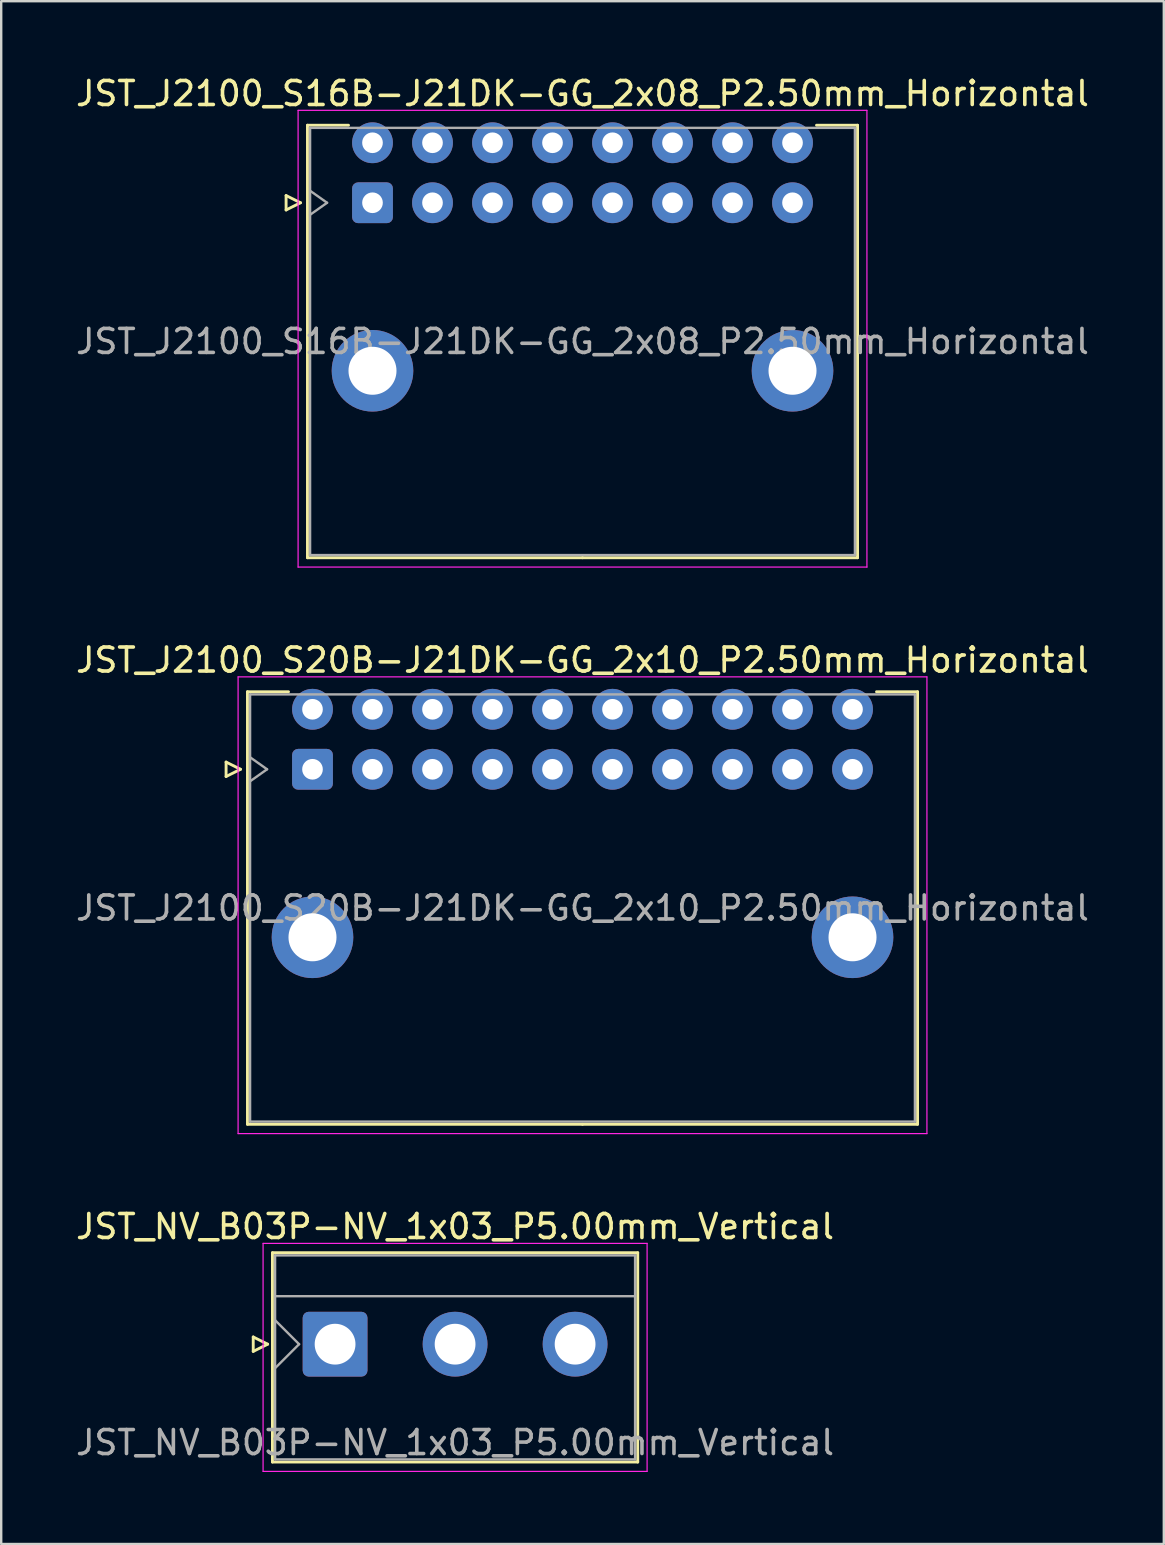
<source format=kicad_pcb>
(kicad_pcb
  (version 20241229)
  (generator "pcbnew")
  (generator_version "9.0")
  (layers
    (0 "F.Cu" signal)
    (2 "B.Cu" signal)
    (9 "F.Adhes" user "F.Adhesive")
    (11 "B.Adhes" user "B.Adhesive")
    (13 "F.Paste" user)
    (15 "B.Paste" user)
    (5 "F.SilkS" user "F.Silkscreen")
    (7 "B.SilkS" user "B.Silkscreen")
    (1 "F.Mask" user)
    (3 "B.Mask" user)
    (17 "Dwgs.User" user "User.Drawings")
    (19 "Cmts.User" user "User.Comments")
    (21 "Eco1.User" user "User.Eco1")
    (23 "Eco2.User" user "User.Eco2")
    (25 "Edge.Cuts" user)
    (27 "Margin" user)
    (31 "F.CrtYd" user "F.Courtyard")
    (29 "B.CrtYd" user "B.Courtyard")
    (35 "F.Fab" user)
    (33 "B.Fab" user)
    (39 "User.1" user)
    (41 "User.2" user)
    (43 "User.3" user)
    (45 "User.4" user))
  (footprint "JST_J2100_S20B-J21DK-GG_2x10_P2.50mm_Horizontal"
    (layer "F.Cu")
    (at 9.97 29.002)
    (property "Reference" "JST_J2100_S20B-J21DK-GG_2x10_P2.50mm_Horizontal" (at 11.25 -4.55 0) (layer "F.SilkS") (effects (font (size 1 1) (thickness 0.15))))
    (attr through_hole)
    (fp_line (start -3.6 -0.3) (end -3 0) (stroke (width 0.12) (type solid)) (layer "F.SilkS"))
    (fp_line (start -3.6 0.3) (end -3.6 -0.3) (stroke (width 0.12) (type solid)) (layer "F.SilkS"))
    (fp_line (start -3 0) (end -3.6 0.3) (stroke (width 0.12) (type solid)) (layer "F.SilkS"))
    (fp_line (start -2.71 -3.23) (end -2.71 14.79) (stroke (width 0.12) (type solid)) (layer "F.SilkS"))
    (fp_line (start -2.71 14.79) (end 11.25 14.79) (stroke (width 0.12) (type solid)) (layer "F.SilkS"))
    (fp_line (start -1 -3.23) (end -2.71 -3.23) (stroke (width 0.12) (type solid)) (layer "F.SilkS"))
    (fp_line (start 23.5 -3.23) (end 25.21 -3.23) (stroke (width 0.12) (type solid)) (layer "F.SilkS"))
    (fp_line (start 25.21 -3.23) (end 25.21 14.79) (stroke (width 0.12) (type solid)) (layer "F.SilkS"))
    (fp_line (start 25.21 14.79) (end 11.25 14.79) (stroke (width 0.12) (type solid)) (layer "F.SilkS"))
    (fp_line (start -3.1 -3.85) (end -3.1 15.18) (stroke (width 0.05) (type solid)) (layer "F.CrtYd"))
    (fp_line (start -3.1 15.18) (end 25.6 15.18) (stroke (width 0.05) (type solid)) (layer "F.CrtYd"))
    (fp_line (start 25.6 -3.85) (end -3.1 -3.85) (stroke (width 0.05) (type solid)) (layer "F.CrtYd"))
    (fp_line (start 25.6 15.18) (end 25.6 -3.85) (stroke (width 0.05) (type solid)) (layer "F.CrtYd"))
    (fp_line (start -2.6 -3.12) (end -2.6 14.68) (stroke (width 0.1) (type solid)) (layer "F.Fab"))
    (fp_line (start -2.6 0.5) (end -1.893 0) (stroke (width 0.1) (type solid)) (layer "F.Fab"))
    (fp_line (start -2.6 14.68) (end 25.1 14.68) (stroke (width 0.1) (type solid)) (layer "F.Fab"))
    (fp_line (start -1.893 0) (end -2.6 -0.5) (stroke (width 0.1) (type solid)) (layer "F.Fab"))
    (fp_line (start 25.1 -3.12) (end -2.6 -3.12) (stroke (width 0.1) (type solid)) (layer "F.Fab"))
    (fp_line (start 25.1 14.68) (end 25.1 -3.12) (stroke (width 0.1) (type solid)) (layer "F.Fab"))
    (fp_text user "${REFERENCE}" (at 11.25 5.78 0) (layer "F.Fab") (effects (font (size 1 1) (thickness 0.15))))
    (pad "" thru_hole circle (at 0 7) (size 3.4 3.4) (drill 2) (layers "*.Cu" "*.Mask"))
    (pad "" thru_hole circle (at 22.5 7) (size 3.4 3.4) (drill 2) (layers "*.Cu" "*.Mask"))
    (pad "a1" thru_hole roundrect (at 0 0) (size 1.7 1.7) (drill 0.86) (layers "*.Cu" "*.Mask") (roundrect_rratio 0.147))
    (pad "a2" thru_hole circle (at 2.5 0) (size 1.7 1.7) (drill 0.86) (layers "*.Cu" "*.Mask"))
    (pad "a3" thru_hole circle (at 5 0) (size 1.7 1.7) (drill 0.86) (layers "*.Cu" "*.Mask"))
    (pad "a4" thru_hole circle (at 7.5 0) (size 1.7 1.7) (drill 0.86) (layers "*.Cu" "*.Mask"))
    (pad "a5" thru_hole circle (at 10 0) (size 1.7 1.7) (drill 0.86) (layers "*.Cu" "*.Mask"))
    (pad "a6" thru_hole circle (at 12.5 0) (size 1.7 1.7) (drill 0.86) (layers "*.Cu" "*.Mask"))
    (pad "a7" thru_hole circle (at 15 0) (size 1.7 1.7) (drill 0.86) (layers "*.Cu" "*.Mask"))
    (pad "a8" thru_hole circle (at 17.5 0) (size 1.7 1.7) (drill 0.86) (layers "*.Cu" "*.Mask"))
    (pad "a9" thru_hole circle (at 20 0) (size 1.7 1.7) (drill 0.86) (layers "*.Cu" "*.Mask"))
    (pad "a10" thru_hole circle (at 22.5 0) (size 1.7 1.7) (drill 0.86) (layers "*.Cu" "*.Mask"))
    (pad "b1" thru_hole circle (at 0 -2.5) (size 1.7 1.7) (drill 0.86) (layers "*.Cu" "*.Mask"))
    (pad "b2" thru_hole circle (at 2.5 -2.5) (size 1.7 1.7) (drill 0.86) (layers "*.Cu" "*.Mask"))
    (pad "b3" thru_hole circle (at 5 -2.5) (size 1.7 1.7) (drill 0.86) (layers "*.Cu" "*.Mask"))
    (pad "b4" thru_hole circle (at 7.5 -2.5) (size 1.7 1.7) (drill 0.86) (layers "*.Cu" "*.Mask"))
    (pad "b5" thru_hole circle (at 10 -2.5) (size 1.7 1.7) (drill 0.86) (layers "*.Cu" "*.Mask"))
    (pad "b6" thru_hole circle (at 12.5 -2.5) (size 1.7 1.7) (drill 0.86) (layers "*.Cu" "*.Mask"))
    (pad "b7" thru_hole circle (at 15 -2.5) (size 1.7 1.7) (drill 0.86) (layers "*.Cu" "*.Mask"))
    (pad "b8" thru_hole circle (at 17.5 -2.5) (size 1.7 1.7) (drill 0.86) (layers "*.Cu" "*.Mask"))
    (pad "b9" thru_hole circle (at 20 -2.5) (size 1.7 1.7) (drill 0.86) (layers "*.Cu" "*.Mask"))
    (pad "b10" thru_hole circle (at 22.5 -2.5) (size 1.7 1.7) (drill 0.86) (layers "*.Cu" "*.Mask")))
  (footprint "JST_J2100_S16B-J21DK-GG_2x08_P2.50mm_Horizontal"
    (layer "F.Cu")
    (at 12.47 5.398)
    (property "Reference" "JST_J2100_S16B-J21DK-GG_2x08_P2.50mm_Horizontal" (at 8.75 -4.55 0) (layer "F.SilkS") (effects (font (size 1 1) (thickness 0.15))))
    (attr through_hole)
    (fp_line (start -3.6 -0.3) (end -3 0) (stroke (width 0.12) (type solid)) (layer "F.SilkS"))
    (fp_line (start -3.6 0.3) (end -3.6 -0.3) (stroke (width 0.12) (type solid)) (layer "F.SilkS"))
    (fp_line (start -3 0) (end -3.6 0.3) (stroke (width 0.12) (type solid)) (layer "F.SilkS"))
    (fp_line (start -2.71 -3.23) (end -2.71 14.79) (stroke (width 0.12) (type solid)) (layer "F.SilkS"))
    (fp_line (start -2.71 14.79) (end 8.75 14.79) (stroke (width 0.12) (type solid)) (layer "F.SilkS"))
    (fp_line (start -1 -3.23) (end -2.71 -3.23) (stroke (width 0.12) (type solid)) (layer "F.SilkS"))
    (fp_line (start 18.5 -3.23) (end 20.21 -3.23) (stroke (width 0.12) (type solid)) (layer "F.SilkS"))
    (fp_line (start 20.21 -3.23) (end 20.21 14.79) (stroke (width 0.12) (type solid)) (layer "F.SilkS"))
    (fp_line (start 20.21 14.79) (end 8.75 14.79) (stroke (width 0.12) (type solid)) (layer "F.SilkS"))
    (fp_line (start -3.1 -3.85) (end -3.1 15.18) (stroke (width 0.05) (type solid)) (layer "F.CrtYd"))
    (fp_line (start -3.1 15.18) (end 20.6 15.18) (stroke (width 0.05) (type solid)) (layer "F.CrtYd"))
    (fp_line (start 20.6 -3.85) (end -3.1 -3.85) (stroke (width 0.05) (type solid)) (layer "F.CrtYd"))
    (fp_line (start 20.6 15.18) (end 20.6 -3.85) (stroke (width 0.05) (type solid)) (layer "F.CrtYd"))
    (fp_line (start -2.6 -3.12) (end -2.6 14.68) (stroke (width 0.1) (type solid)) (layer "F.Fab"))
    (fp_line (start -2.6 0.5) (end -1.893 0) (stroke (width 0.1) (type solid)) (layer "F.Fab"))
    (fp_line (start -2.6 14.68) (end 20.1 14.68) (stroke (width 0.1) (type solid)) (layer "F.Fab"))
    (fp_line (start -1.893 0) (end -2.6 -0.5) (stroke (width 0.1) (type solid)) (layer "F.Fab"))
    (fp_line (start 20.1 -3.12) (end -2.6 -3.12) (stroke (width 0.1) (type solid)) (layer "F.Fab"))
    (fp_line (start 20.1 14.68) (end 20.1 -3.12) (stroke (width 0.1) (type solid)) (layer "F.Fab"))
    (fp_text user "${REFERENCE}" (at 8.75 5.78 0) (layer "F.Fab") (effects (font (size 1 1) (thickness 0.15))))
    (pad "" thru_hole circle (at 0 7) (size 3.4 3.4) (drill 2) (layers "*.Cu" "*.Mask"))
    (pad "" thru_hole circle (at 17.5 7) (size 3.4 3.4) (drill 2) (layers "*.Cu" "*.Mask"))
    (pad "a1" thru_hole roundrect (at 0 0) (size 1.7 1.7) (drill 0.86) (layers "*.Cu" "*.Mask") (roundrect_rratio 0.147))
    (pad "a2" thru_hole circle (at 2.5 0) (size 1.7 1.7) (drill 0.86) (layers "*.Cu" "*.Mask"))
    (pad "a3" thru_hole circle (at 5 0) (size 1.7 1.7) (drill 0.86) (layers "*.Cu" "*.Mask"))
    (pad "a4" thru_hole circle (at 7.5 0) (size 1.7 1.7) (drill 0.86) (layers "*.Cu" "*.Mask"))
    (pad "a5" thru_hole circle (at 10 0) (size 1.7 1.7) (drill 0.86) (layers "*.Cu" "*.Mask"))
    (pad "a6" thru_hole circle (at 12.5 0) (size 1.7 1.7) (drill 0.86) (layers "*.Cu" "*.Mask"))
    (pad "a7" thru_hole circle (at 15 0) (size 1.7 1.7) (drill 0.86) (layers "*.Cu" "*.Mask"))
    (pad "a8" thru_hole circle (at 17.5 0) (size 1.7 1.7) (drill 0.86) (layers "*.Cu" "*.Mask"))
    (pad "b1" thru_hole circle (at 0 -2.5) (size 1.7 1.7) (drill 0.86) (layers "*.Cu" "*.Mask"))
    (pad "b2" thru_hole circle (at 2.5 -2.5) (size 1.7 1.7) (drill 0.86) (layers "*.Cu" "*.Mask"))
    (pad "b3" thru_hole circle (at 5 -2.5) (size 1.7 1.7) (drill 0.86) (layers "*.Cu" "*.Mask"))
    (pad "b4" thru_hole circle (at 7.5 -2.5) (size 1.7 1.7) (drill 0.86) (layers "*.Cu" "*.Mask"))
    (pad "b5" thru_hole circle (at 10 -2.5) (size 1.7 1.7) (drill 0.86) (layers "*.Cu" "*.Mask"))
    (pad "b6" thru_hole circle (at 12.5 -2.5) (size 1.7 1.7) (drill 0.86) (layers "*.Cu" "*.Mask"))
    (pad "b7" thru_hole circle (at 15 -2.5) (size 1.7 1.7) (drill 0.86) (layers "*.Cu" "*.Mask"))
    (pad "b8" thru_hole circle (at 17.5 -2.5) (size 1.7 1.7) (drill 0.86) (layers "*.Cu" "*.Mask")))
  (footprint "JST_NV_B03P-NV_1x03_P5.00mm_Vertical"
    (layer "F.Cu")
    (at 10.911 52.955)
    (property "Reference" "JST_NV_B03P-NV_1x03_P5.00mm_Vertical" (at 5 -4.9 0) (layer "F.SilkS") (effects (font (size 1 1) (thickness 0.15))))
    (attr through_hole)
    (fp_line (start -3.41 -0.3) (end -2.81 0) (stroke (width 0.12) (type solid)) (layer "F.SilkS"))
    (fp_line (start -3.41 0.3) (end -3.41 -0.3) (stroke (width 0.12) (type solid)) (layer "F.SilkS"))
    (fp_line (start -2.81 0) (end -3.41 0.3) (stroke (width 0.12) (type solid)) (layer "F.SilkS"))
    (fp_line (start -2.61 -3.81) (end -2.61 4.91) (stroke (width 0.12) (type solid)) (layer "F.SilkS"))
    (fp_line (start -2.61 4.91) (end 12.61 4.91) (stroke (width 0.12) (type solid)) (layer "F.SilkS"))
    (fp_line (start 12.61 -3.81) (end -2.61 -3.81) (stroke (width 0.12) (type solid)) (layer "F.SilkS"))
    (fp_line (start 12.61 4.91) (end 12.61 -3.81) (stroke (width 0.12) (type solid)) (layer "F.SilkS"))
    (fp_line (start -3 -4.2) (end -3 5.3) (stroke (width 0.05) (type solid)) (layer "F.CrtYd"))
    (fp_line (start -3 5.3) (end 13 5.3) (stroke (width 0.05) (type solid)) (layer "F.CrtYd"))
    (fp_line (start 13 -4.2) (end -3 -4.2) (stroke (width 0.05) (type solid)) (layer "F.CrtYd"))
    (fp_line (start 13 5.3) (end 13 -4.2) (stroke (width 0.05) (type solid)) (layer "F.CrtYd"))
    (fp_line (start -2.5 -3.7) (end -2.5 4.8) (stroke (width 0.1) (type solid)) (layer "F.Fab"))
    (fp_line (start -2.5 -2) (end 12.5 -2) (stroke (width 0.1) (type solid)) (layer "F.Fab"))
    (fp_line (start -2.5 -1) (end -1.5 0) (stroke (width 0.1) (type solid)) (layer "F.Fab"))
    (fp_line (start -2.5 1) (end -1.5 0) (stroke (width 0.1) (type solid)) (layer "F.Fab"))
    (fp_line (start -2.5 4.8) (end 12.5 4.8) (stroke (width 0.1) (type solid)) (layer "F.Fab"))
    (fp_line (start 12.5 -3.7) (end -2.5 -3.7) (stroke (width 0.1) (type solid)) (layer "F.Fab"))
    (fp_line (start 12.5 4.8) (end 12.5 -3.7) (stroke (width 0.1) (type solid)) (layer "F.Fab"))
    (fp_text user "${REFERENCE}" (at 5 4.1 0) (layer "F.Fab") (effects (font (size 1 1) (thickness 0.15))))
    (pad "1" thru_hole roundrect (at 0 0) (size 2.7 2.7) (drill 1.7) (layers "*.Cu" "*.Mask") (roundrect_rratio 0.093))
    (pad "2" thru_hole circle (at 5 0) (size 2.7 2.7) (drill 1.7) (layers "*.Cu" "*.Mask"))
    (pad "3" thru_hole circle (at 10 0) (size 2.7 2.7) (drill 1.7) (layers "*.Cu" "*.Mask")))
  (gr_rect
    (start -3 -3)
    (end 45.44 61.28)
    (stroke (width 0.1) (type default))
    (fill no)
    (layer "Edge.Cuts")))
</source>
